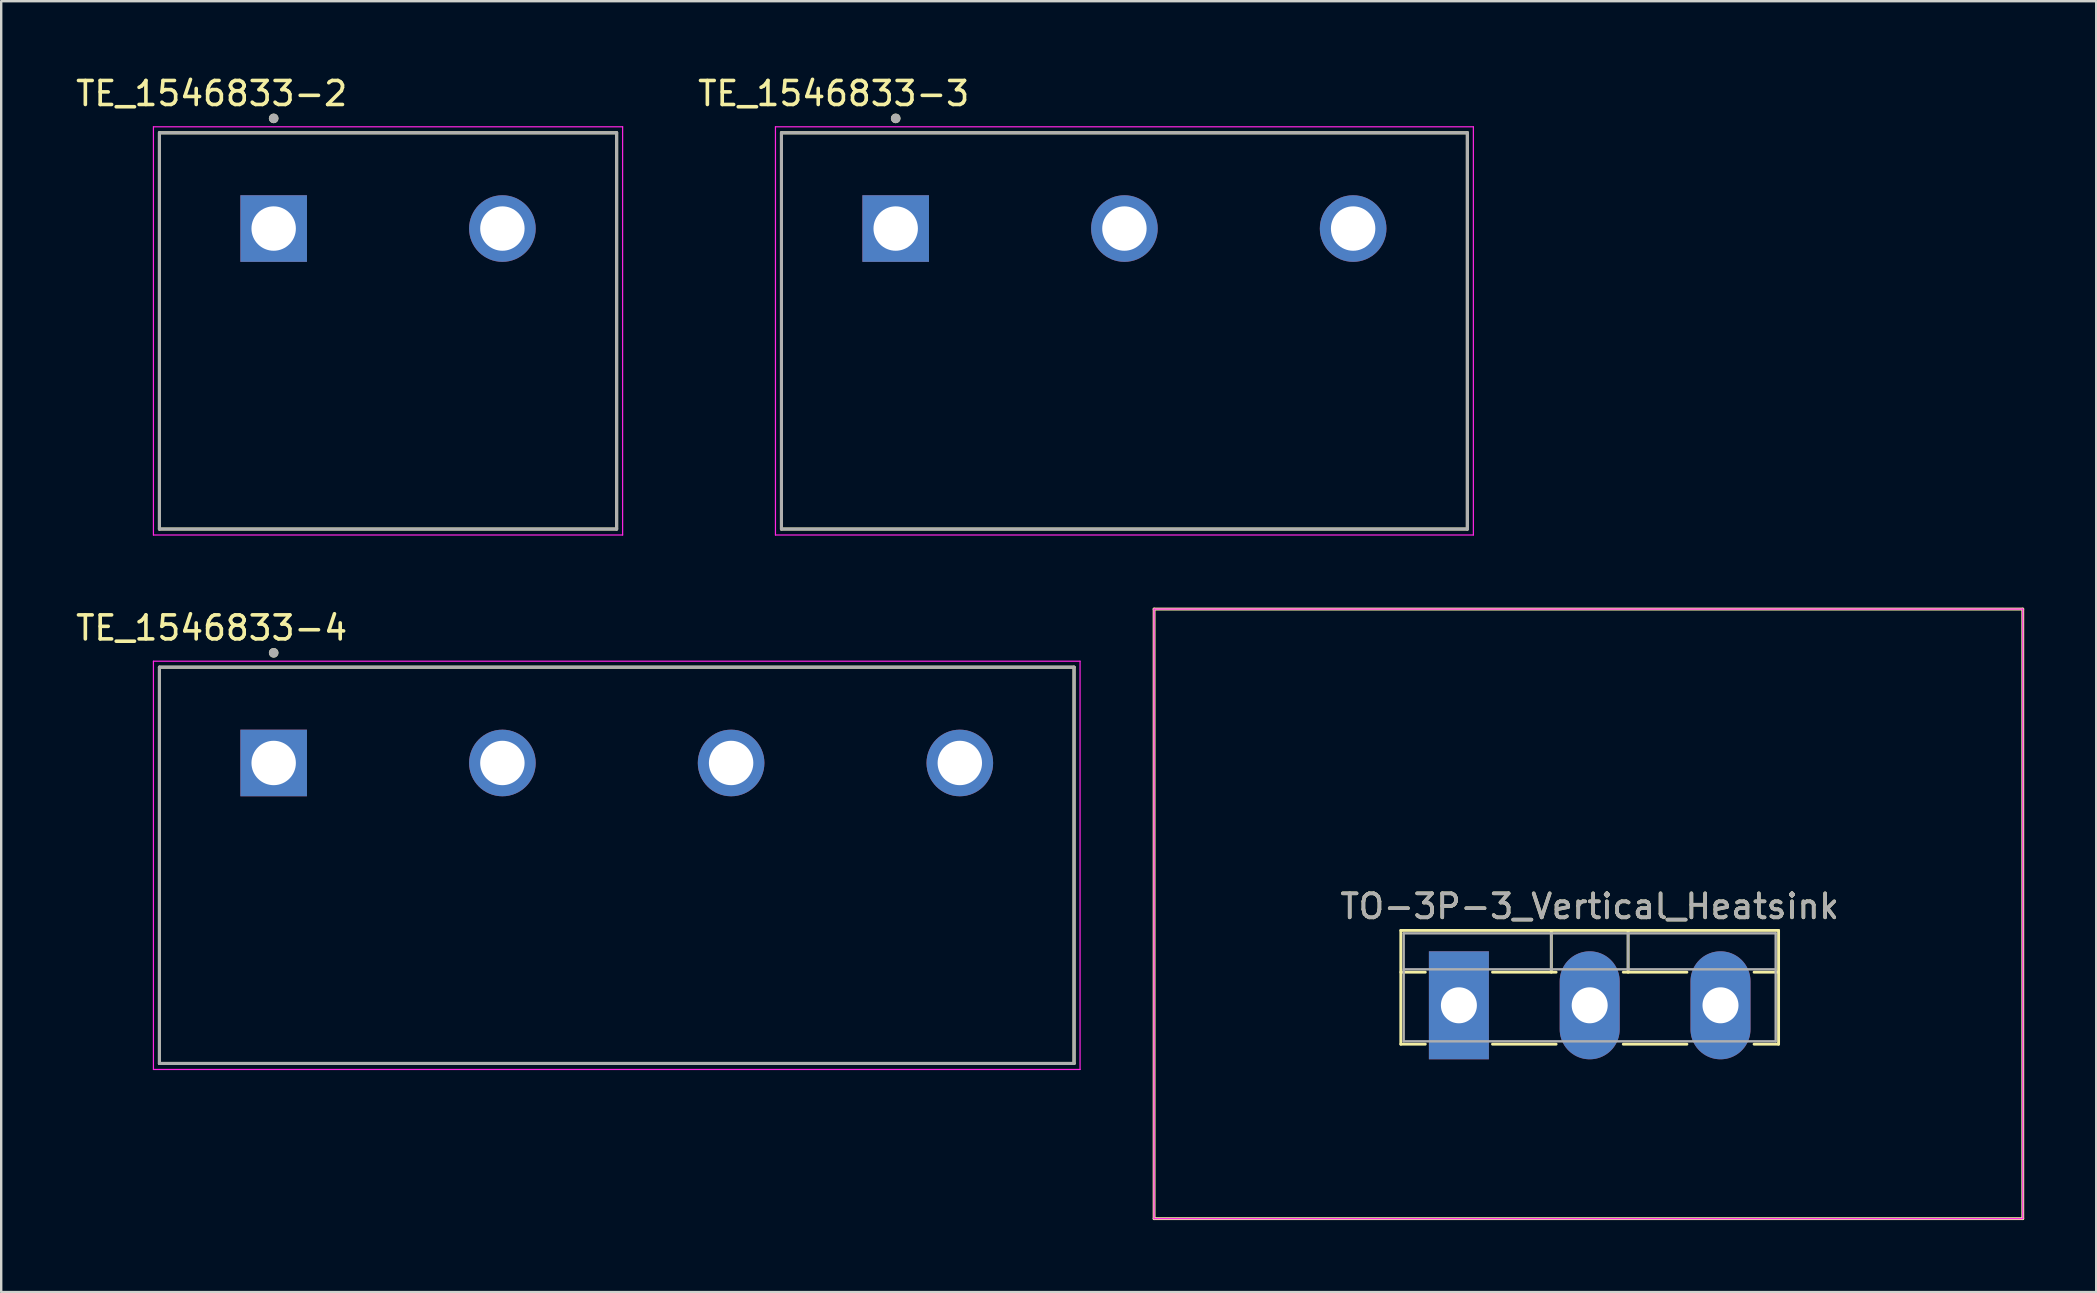
<source format=kicad_pcb>
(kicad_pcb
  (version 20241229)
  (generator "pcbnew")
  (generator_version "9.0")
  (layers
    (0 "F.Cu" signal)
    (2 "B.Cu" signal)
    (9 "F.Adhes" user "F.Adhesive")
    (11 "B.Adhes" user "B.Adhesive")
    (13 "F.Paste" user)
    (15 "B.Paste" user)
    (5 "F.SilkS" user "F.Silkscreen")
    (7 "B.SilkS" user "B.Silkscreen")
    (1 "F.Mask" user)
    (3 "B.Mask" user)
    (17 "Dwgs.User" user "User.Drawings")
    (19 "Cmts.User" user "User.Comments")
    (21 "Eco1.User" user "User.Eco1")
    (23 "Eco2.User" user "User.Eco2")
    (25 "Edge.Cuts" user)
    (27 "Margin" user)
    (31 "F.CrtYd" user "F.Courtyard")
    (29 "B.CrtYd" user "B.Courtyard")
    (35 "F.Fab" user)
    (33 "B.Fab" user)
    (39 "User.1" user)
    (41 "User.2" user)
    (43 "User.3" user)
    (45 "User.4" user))
  (footprint "TO-3P-3_Vertical_Heatsink"
    (layer "F.Cu")
    (at 57.738 38.838)
    (property "Reference" "TO-3P-3_Vertical_Heatsink" (at 5.45 -4.12 0) (layer "F.SilkS") (effects (font (size 1 1) (thickness 0.15))))
    (attr through_hole)
    (fp_line (start -12.7 -16.51) (end 23.495 -16.51) (stroke (width 0.12) (type solid)) (layer "F.SilkS"))
    (fp_line (start -12.7 8.89) (end -12.7 -16.51) (stroke (width 0.12) (type solid)) (layer "F.SilkS"))
    (fp_line (start -2.42 -3.12) (end -2.42 1.62) (stroke (width 0.12) (type solid)) (layer "F.SilkS"))
    (fp_line (start -2.42 -3.12) (end 13.32 -3.12) (stroke (width 0.12) (type solid)) (layer "F.SilkS"))
    (fp_line (start -2.42 -1.38) (end -1.4 -1.38) (stroke (width 0.12) (type solid)) (layer "F.SilkS"))
    (fp_line (start -2.42 1.62) (end -1.4 1.62) (stroke (width 0.12) (type solid)) (layer "F.SilkS"))
    (fp_line (start 1.4 -1.38) (end 4.051 -1.38) (stroke (width 0.12) (type solid)) (layer "F.SilkS"))
    (fp_line (start 1.4 1.62) (end 4.051 1.62) (stroke (width 0.12) (type solid)) (layer "F.SilkS"))
    (fp_line (start 3.85 -3.12) (end 3.85 -1.38) (stroke (width 0.12) (type solid)) (layer "F.SilkS"))
    (fp_line (start 6.85 -1.38) (end 9.5 -1.38) (stroke (width 0.12) (type solid)) (layer "F.SilkS"))
    (fp_line (start 6.85 1.62) (end 9.5 1.62) (stroke (width 0.12) (type solid)) (layer "F.SilkS"))
    (fp_line (start 7.051 -3.12) (end 7.051 -1.38) (stroke (width 0.12) (type solid)) (layer "F.SilkS"))
    (fp_line (start 12.3 -1.38) (end 13.32 -1.38) (stroke (width 0.12) (type solid)) (layer "F.SilkS"))
    (fp_line (start 12.3 1.62) (end 13.32 1.62) (stroke (width 0.12) (type solid)) (layer "F.SilkS"))
    (fp_line (start 13.32 -3.12) (end 13.32 1.62) (stroke (width 0.12) (type solid)) (layer "F.SilkS"))
    (fp_line (start 23.495 -16.51) (end 23.495 8.89) (stroke (width 0.12) (type solid)) (layer "F.SilkS"))
    (fp_line (start 23.495 8.89) (end -12.7 8.89) (stroke (width 0.12) (type solid)) (layer "F.SilkS"))
    (fp_line (start -12.7 -16.51) (end 23.495 -16.51) (stroke (width 0.05) (type solid)) (layer "F.CrtYd"))
    (fp_line (start -12.7 8.89) (end -12.7 -16.51) (stroke (width 0.05) (type solid)) (layer "F.CrtYd"))
    (fp_line (start 23.495 -16.51) (end 23.495 8.89) (stroke (width 0.05) (type solid)) (layer "F.CrtYd"))
    (fp_line (start 23.495 8.89) (end -12.7 8.89) (stroke (width 0.05) (type solid)) (layer "F.CrtYd"))
    (fp_line (start -2.3 -3) (end -2.3 1.5) (stroke (width 0.1) (type solid)) (layer "F.Fab"))
    (fp_line (start -2.3 -1.5) (end 13.2 -1.5) (stroke (width 0.1) (type solid)) (layer "F.Fab"))
    (fp_line (start -2.3 1.5) (end 13.2 1.5) (stroke (width 0.1) (type solid)) (layer "F.Fab"))
    (fp_line (start 3.85 -3) (end 3.85 -1.5) (stroke (width 0.1) (type solid)) (layer "F.Fab"))
    (fp_line (start 7.05 -3) (end 7.05 -1.5) (stroke (width 0.1) (type solid)) (layer "F.Fab"))
    (fp_line (start 13.2 -3) (end -2.3 -3) (stroke (width 0.1) (type solid)) (layer "F.Fab"))
    (fp_line (start 13.2 1.5) (end 13.2 -3) (stroke (width 0.1) (type solid)) (layer "F.Fab"))
    (fp_text user "${REFERENCE}" (at 5.45 -4.12 0) (layer "F.Fab") (effects (font (size 1 1) (thickness 0.15))))
    (pad "" np_thru_hole circle (at -7.2 -3.95) (size 0.001 0.001) (drill 3) (layers "*.Cu" "*.Mask"))
    (pad "" np_thru_hole circle (at 18.1 -3.95) (size 0.001 0.001) (drill 3) (layers "*.Cu" "*.Mask"))
    (pad "1" thru_hole rect (at 0 0) (size 2.5 4.5) (drill 1.5) (layers "*.Cu" "*.Mask"))
    (pad "2" thru_hole oval (at 5.45 0) (size 2.5 4.5) (drill 1.5) (layers "*.Cu" "*.Mask"))
    (pad "3" thru_hole oval (at 10.9 0) (size 2.5 4.5) (drill 1.5) (layers "*.Cu" "*.Mask")))
  (footprint "TE_1546833-4"
    (layer "F.Cu")
    (at 22.648 28.741)
    (property "Reference" "TE_1546833-4" (at -16.88 -5.625 0) (layer "F.SilkS") (effects (font (size 1 1) (thickness 0.15))))
    (attr through_hole)
    (fp_line (start -19.055 -3.99) (end 19.055 -3.99) (stroke (width 0.127) (type solid)) (layer "F.SilkS"))
    (fp_line (start -19.055 12.52) (end -19.055 -3.99) (stroke (width 0.127) (type solid)) (layer "F.SilkS"))
    (fp_line (start 19.055 -3.99) (end 19.055 12.52) (stroke (width 0.127) (type solid)) (layer "F.SilkS"))
    (fp_line (start 19.055 12.52) (end -19.055 12.52) (stroke (width 0.127) (type solid)) (layer "F.SilkS"))
    (fp_circle (center -14.295 -4.59) (end -14.195 -4.59) (stroke (width 0.2) (type solid)) (fill no) (layer "F.SilkS"))
    (fp_line (start -19.305 -4.24) (end 19.305 -4.24) (stroke (width 0.05) (type solid)) (layer "F.CrtYd"))
    (fp_line (start -19.305 12.77) (end -19.305 -4.24) (stroke (width 0.05) (type solid)) (layer "F.CrtYd"))
    (fp_line (start 19.305 -4.24) (end 19.305 12.77) (stroke (width 0.05) (type solid)) (layer "F.CrtYd"))
    (fp_line (start 19.305 12.77) (end -19.305 12.77) (stroke (width 0.05) (type solid)) (layer "F.CrtYd"))
    (fp_line (start -19.055 -3.99) (end 19.055 -3.99) (stroke (width 0.127) (type solid)) (layer "F.Fab"))
    (fp_line (start -19.055 12.52) (end -19.055 -3.99) (stroke (width 0.127) (type solid)) (layer "F.Fab"))
    (fp_line (start 19.055 -3.99) (end 19.055 12.52) (stroke (width 0.127) (type solid)) (layer "F.Fab"))
    (fp_line (start 19.055 12.52) (end -19.055 12.52) (stroke (width 0.127) (type solid)) (layer "F.Fab"))
    (fp_circle (center -14.295 -4.59) (end -14.195 -4.59) (stroke (width 0.2) (type solid)) (fill no) (layer "F.Fab"))
    (pad "1" thru_hole rect (at -14.295 0) (size 2.775 2.775) (drill 1.85) (layers "*.Cu" "*.Mask"))
    (pad "2" thru_hole circle (at -4.765 0) (size 2.775 2.775) (drill 1.85) (layers "*.Cu" "*.Mask"))
    (pad "3" thru_hole circle (at 4.765 0) (size 2.775 2.775) (drill 1.85) (layers "*.Cu" "*.Mask"))
    (pad "4" thru_hole circle (at 14.295 0) (size 2.775 2.775) (drill 1.85) (layers "*.Cu" "*.Mask")))
  (footprint "TE_1546833-3"
    (layer "F.Cu")
    (at 43.801 6.473)
    (property "Reference" "TE_1546833-3" (at -12.115 -5.625 0) (layer "F.SilkS") (effects (font (size 1 1) (thickness 0.15))))
    (attr through_hole)
    (fp_line (start -14.29 -3.99) (end 14.29 -3.99) (stroke (width 0.127) (type solid)) (layer "F.SilkS"))
    (fp_line (start -14.29 12.52) (end -14.29 -3.99) (stroke (width 0.127) (type solid)) (layer "F.SilkS"))
    (fp_line (start 14.29 -3.99) (end 14.29 12.52) (stroke (width 0.127) (type solid)) (layer "F.SilkS"))
    (fp_line (start 14.29 12.52) (end -14.29 12.52) (stroke (width 0.127) (type solid)) (layer "F.SilkS"))
    (fp_circle (center -9.53 -4.59) (end -9.43 -4.59) (stroke (width 0.2) (type solid)) (fill no) (layer "F.SilkS"))
    (fp_line (start -14.54 -4.24) (end 14.54 -4.24) (stroke (width 0.05) (type solid)) (layer "F.CrtYd"))
    (fp_line (start -14.54 12.77) (end -14.54 -4.24) (stroke (width 0.05) (type solid)) (layer "F.CrtYd"))
    (fp_line (start 14.54 -4.24) (end 14.54 12.77) (stroke (width 0.05) (type solid)) (layer "F.CrtYd"))
    (fp_line (start 14.54 12.77) (end -14.54 12.77) (stroke (width 0.05) (type solid)) (layer "F.CrtYd"))
    (fp_line (start -14.29 -3.99) (end 14.29 -3.99) (stroke (width 0.127) (type solid)) (layer "F.Fab"))
    (fp_line (start -14.29 12.52) (end -14.29 -3.99) (stroke (width 0.127) (type solid)) (layer "F.Fab"))
    (fp_line (start 14.29 -3.99) (end 14.29 12.52) (stroke (width 0.127) (type solid)) (layer "F.Fab"))
    (fp_line (start 14.29 12.52) (end -14.29 12.52) (stroke (width 0.127) (type solid)) (layer "F.Fab"))
    (fp_circle (center -9.53 -4.59) (end -9.43 -4.59) (stroke (width 0.2) (type solid)) (fill no) (layer "F.Fab"))
    (pad "1" thru_hole rect (at -9.53 0) (size 2.775 2.775) (drill 1.85) (layers "*.Cu" "*.Mask"))
    (pad "2" thru_hole circle (at 0 0) (size 2.775 2.775) (drill 1.85) (layers "*.Cu" "*.Mask"))
    (pad "3" thru_hole circle (at 9.53 0) (size 2.775 2.775) (drill 1.85) (layers "*.Cu" "*.Mask")))
  (footprint "TE_1546833-2"
    (layer "F.Cu")
    (at 13.118 6.473)
    (property "Reference" "TE_1546833-2" (at -7.35 -5.625 0) (layer "F.SilkS") (effects (font (size 1 1) (thickness 0.15))))
    (attr through_hole)
    (fp_line (start -9.525 -3.99) (end 9.525 -3.99) (stroke (width 0.127) (type solid)) (layer "F.SilkS"))
    (fp_line (start -9.525 12.52) (end -9.525 -3.99) (stroke (width 0.127) (type solid)) (layer "F.SilkS"))
    (fp_line (start 9.525 -3.99) (end 9.525 12.52) (stroke (width 0.127) (type solid)) (layer "F.SilkS"))
    (fp_line (start 9.525 12.52) (end -9.525 12.52) (stroke (width 0.127) (type solid)) (layer "F.SilkS"))
    (fp_circle (center -4.765 -4.59) (end -4.665 -4.59) (stroke (width 0.2) (type solid)) (fill no) (layer "F.SilkS"))
    (fp_line (start -9.775 -4.24) (end 9.775 -4.24) (stroke (width 0.05) (type solid)) (layer "F.CrtYd"))
    (fp_line (start -9.775 12.77) (end -9.775 -4.24) (stroke (width 0.05) (type solid)) (layer "F.CrtYd"))
    (fp_line (start 9.775 -4.24) (end 9.775 12.77) (stroke (width 0.05) (type solid)) (layer "F.CrtYd"))
    (fp_line (start 9.775 12.77) (end -9.775 12.77) (stroke (width 0.05) (type solid)) (layer "F.CrtYd"))
    (fp_line (start -9.525 -3.99) (end 9.525 -3.99) (stroke (width 0.127) (type solid)) (layer "F.Fab"))
    (fp_line (start -9.525 12.52) (end -9.525 -3.99) (stroke (width 0.127) (type solid)) (layer "F.Fab"))
    (fp_line (start 9.525 -3.99) (end 9.525 12.52) (stroke (width 0.127) (type solid)) (layer "F.Fab"))
    (fp_line (start 9.525 12.52) (end -9.525 12.52) (stroke (width 0.127) (type solid)) (layer "F.Fab"))
    (fp_circle (center -4.765 -4.59) (end -4.665 -4.59) (stroke (width 0.2) (type solid)) (fill no) (layer "F.Fab"))
    (pad "1" thru_hole rect (at -4.765 0) (size 2.775 2.775) (drill 1.85) (layers "*.Cu" "*.Mask"))
    (pad "2" thru_hole circle (at 4.765 0) (size 2.775 2.775) (drill 1.85) (layers "*.Cu" "*.Mask")))
  (gr_rect
    (start -3 -3)
    (end 84.293 50.788)
    (stroke (width 0.1) (type default))
    (fill no)
    (layer "Edge.Cuts")))
</source>
